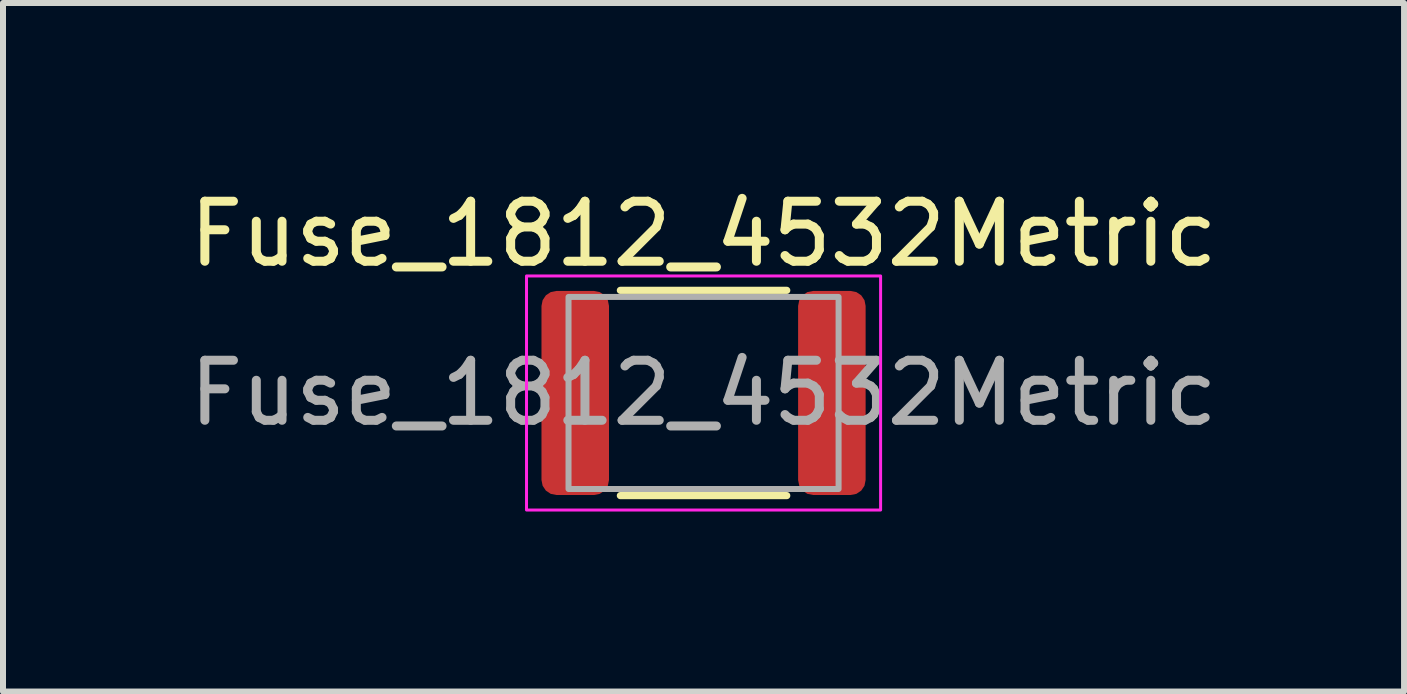
<source format=kicad_pcb>
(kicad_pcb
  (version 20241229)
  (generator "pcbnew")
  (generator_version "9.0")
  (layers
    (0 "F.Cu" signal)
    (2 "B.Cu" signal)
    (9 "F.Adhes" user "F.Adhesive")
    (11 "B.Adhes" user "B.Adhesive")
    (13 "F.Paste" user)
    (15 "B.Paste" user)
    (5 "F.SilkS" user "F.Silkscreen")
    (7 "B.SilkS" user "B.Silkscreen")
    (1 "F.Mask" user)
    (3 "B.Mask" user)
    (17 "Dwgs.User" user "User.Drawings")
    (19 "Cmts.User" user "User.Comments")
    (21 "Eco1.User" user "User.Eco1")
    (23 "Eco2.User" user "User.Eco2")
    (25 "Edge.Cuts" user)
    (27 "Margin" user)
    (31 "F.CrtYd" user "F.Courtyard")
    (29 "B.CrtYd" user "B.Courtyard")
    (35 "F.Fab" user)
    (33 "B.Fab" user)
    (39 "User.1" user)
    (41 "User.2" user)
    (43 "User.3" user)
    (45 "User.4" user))
  (footprint "Fuse_1812_4532Metric"
    (layer "F.Cu")
    (at 8.673 3.498)
    (property "Reference" "Fuse_1812_4532Metric" (at 0 -2.65 0) (layer "F.SilkS") (effects (font (size 1 1) (thickness 0.15))))
    (attr smd)
    (fp_line (start -1.386 -1.71) (end 1.386 -1.71) (stroke (width 0.12) (type solid)) (layer "F.SilkS"))
    (fp_line (start -1.386 1.71) (end 1.386 1.71) (stroke (width 0.12) (type solid)) (layer "F.SilkS"))
    (fp_rect (start -2.95 -1.95) (end 2.95 1.95) (stroke (width 0.05) (type solid)) (fill no) (layer "F.CrtYd"))
    (fp_rect (start -2.25 -1.6) (end 2.25 1.6) (stroke (width 0.1) (type solid)) (fill no) (layer "F.Fab"))
    (fp_text user "${REFERENCE}" (at 0 0 0) (layer "F.Fab") (effects (font (size 1 1) (thickness 0.15))))
    (pad "1" smd roundrect (at -2.138 0) (size 1.125 3.4) (layers "F.Cu" "F.Mask" "F.Paste") (roundrect_rratio 0.222))
    (pad "2" smd roundrect (at 2.138 0) (size 1.125 3.4) (layers "F.Cu" "F.Mask" "F.Paste") (roundrect_rratio 0.222)))
  (gr_rect
    (start -3 -3)
    (end 20.345 8.473)
    (stroke (width 0.1) (type default))
    (fill no)
    (layer "Edge.Cuts")))
</source>
